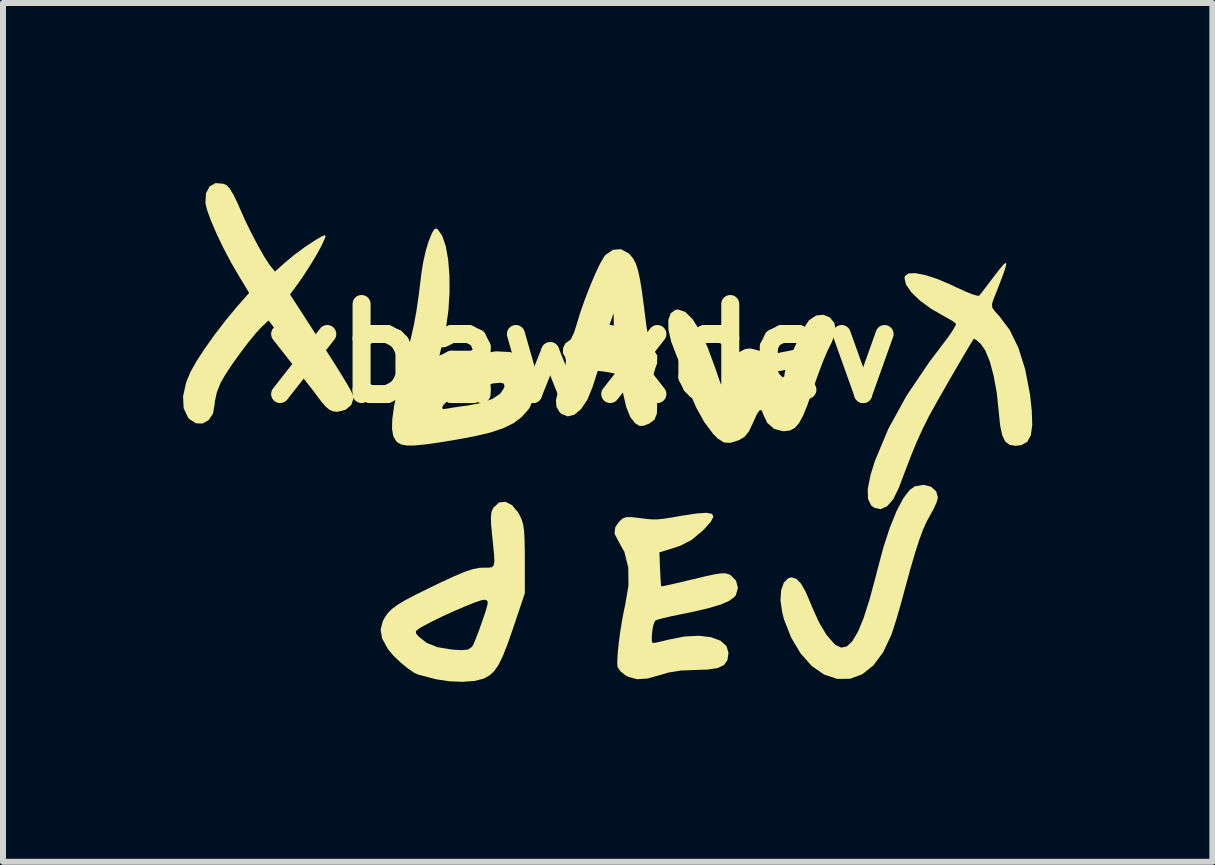
<source format=kicad_pcb>
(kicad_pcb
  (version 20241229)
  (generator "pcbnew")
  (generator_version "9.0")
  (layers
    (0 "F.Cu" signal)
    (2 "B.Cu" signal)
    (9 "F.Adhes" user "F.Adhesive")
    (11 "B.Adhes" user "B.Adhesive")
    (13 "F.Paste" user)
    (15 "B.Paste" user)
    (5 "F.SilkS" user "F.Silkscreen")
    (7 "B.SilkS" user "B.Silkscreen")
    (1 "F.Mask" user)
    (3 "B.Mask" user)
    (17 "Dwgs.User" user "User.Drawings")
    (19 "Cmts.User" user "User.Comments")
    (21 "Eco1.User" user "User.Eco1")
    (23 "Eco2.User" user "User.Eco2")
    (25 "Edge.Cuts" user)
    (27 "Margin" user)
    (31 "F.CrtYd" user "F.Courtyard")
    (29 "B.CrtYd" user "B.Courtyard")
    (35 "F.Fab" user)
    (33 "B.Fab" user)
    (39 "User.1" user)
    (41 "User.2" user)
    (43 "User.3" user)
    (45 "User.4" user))
  (footprint "xbawxdev"
    (layer "F.Cu")
    (at 6.653 2.837)
    (property "Reference" "xbawxdev" (at 0 0 0) (layer "F.SilkS") (effects (font (size 1.5 1.5) (thickness 0.3))))
    (attr board_only exclude_from_pos_files exclude_from_bom)
    (fp_poly (pts (xy 5.809 2.222) (xy 5.896 2.3) (xy 5.924 2.402) (xy 5.903 2.482) (xy 5.85 2.599) (xy 5.8 2.688) (xy 5.738 2.801) (xy 5.676 2.939) (xy 5.612 3.112) (xy 5.542 3.331) (xy 5.461 3.607) (xy 5.367 3.951) (xy 5.355 3.997) (xy 5.297 4.208) (xy 5.238 4.412) (xy 5.184 4.584) (xy 5.148 4.691) (xy 5.013 4.978) (xy 4.85 5.198) (xy 4.664 5.347) (xy 4.46 5.423) (xy 4.242 5.424) (xy 4.026 5.351) (xy 3.82 5.208) (xy 3.634 4.997) (xy 3.478 4.734) (xy 3.36 4.433) (xy 3.329 4.313) (xy 3.301 4.117) (xy 3.312 3.947) (xy 3.358 3.818) (xy 3.434 3.745) (xy 3.488 3.733) (xy 3.566 3.757) (xy 3.641 3.834) (xy 3.721 3.974) (xy 3.81 4.184) (xy 3.818 4.204) (xy 3.938 4.473) (xy 4.066 4.689) (xy 4.197 4.84) (xy 4.218 4.858) (xy 4.313 4.903) (xy 4.406 4.884) (xy 4.497 4.798) (xy 4.59 4.643) (xy 4.684 4.416) (xy 4.781 4.114) (xy 4.884 3.734) (xy 4.913 3.618) (xy 5.015 3.235) (xy 5.123 2.904) (xy 5.234 2.63) (xy 5.345 2.419) (xy 5.453 2.277) (xy 5.54 2.216) (xy 5.684 2.191)) (stroke (width 0) (type solid)) (fill yes) (layer "F.SilkS"))
    (fp_poly (pts (xy 1.714 -0.69) (xy 1.836 -0.57) (xy 1.961 -0.371) (xy 2.089 -0.094) (xy 2.219 0.259) (xy 2.231 0.294) (xy 2.288 0.461) (xy 2.339 0.597) (xy 2.377 0.685) (xy 2.393 0.709) (xy 2.413 0.683) (xy 2.435 0.596) (xy 2.452 0.487) (xy 2.489 0.249) (xy 2.541 0.083) (xy 2.614 -0.021) (xy 2.714 -0.072) (xy 2.799 -0.081) (xy 2.957 -0.042) (xy 3.102 0.068) (xy 3.208 0.221) (xy 3.283 0.346) (xy 3.336 0.401) (xy 3.364 0.384) (xy 3.368 0.346) (xy 3.385 0.268) (xy 3.432 0.14) (xy 3.499 -0.02) (xy 3.576 -0.189) (xy 3.655 -0.347) (xy 3.725 -0.475) (xy 3.777 -0.552) (xy 3.778 -0.553) (xy 3.894 -0.63) (xy 4.017 -0.643) (xy 4.126 -0.597) (xy 4.2 -0.502) (xy 4.22 -0.398) (xy 4.2 -0.301) (xy 4.151 -0.175) (xy 4.12 -0.115) (xy 4.07 -0.01) (xy 4.003 0.152) (xy 3.928 0.351) (xy 3.852 0.566) (xy 3.837 0.61) (xy 3.75 0.861) (xy 3.675 1.044) (xy 3.606 1.169) (xy 3.536 1.246) (xy 3.456 1.286) (xy 3.36 1.298) (xy 3.345 1.298) (xy 3.199 1.261) (xy 3.082 1.161) (xy 3.017 1.025) (xy 2.99 0.953) (xy 2.957 0.946) (xy 2.912 1.006) (xy 2.851 1.14) (xy 2.842 1.161) (xy 2.773 1.304) (xy 2.702 1.392) (xy 2.613 1.445) (xy 2.468 1.492) (xy 2.358 1.485) (xy 2.253 1.418) (xy 2.177 1.34) (xy 2.031 1.145) (xy 1.896 0.902) (xy 1.786 0.642) (xy 1.744 0.507) (xy 1.698 0.36) (xy 1.631 0.183) (xy 1.57 0.041) (xy 1.481 -0.192) (xy 1.434 -0.394) (xy 1.432 -0.556) (xy 1.472 -0.669) (xy 1.555 -0.726) (xy 1.597 -0.73)) (stroke (width 0) (type solid)) (fill yes) (layer "F.SilkS"))
    (fp_poly (pts (xy -2.41 -2.066) (xy -2.335 -1.959) (xy -2.276 -1.786) (xy -2.236 -1.562) (xy -2.215 -1.301) (xy -2.213 -1.017) (xy -2.231 -0.724) (xy -2.27 -0.436) (xy -2.325 -0.186) (xy -2.369 -0.017) (xy -2.4 0.121) (xy -2.416 0.21) (xy -2.416 0.235) (xy -2.373 0.229) (xy -2.273 0.198) (xy -2.134 0.149) (xy -2.062 0.121) (xy -1.727 0.013) (xy -1.44 -0.034) (xy -1.201 -0.021) (xy -1.013 0.053) (xy -0.877 0.188) (xy -0.839 0.255) (xy -0.773 0.479) (xy -0.786 0.699) (xy -0.878 0.905) (xy -0.903 0.94) (xy -1.013 1.063) (xy -1.147 1.164) (xy -1.318 1.248) (xy -1.537 1.321) (xy -1.816 1.386) (xy -2.098 1.438) (xy -2.396 1.487) (xy -2.626 1.519) (xy -2.798 1.536) (xy -2.922 1.536) (xy -3.01 1.521) (xy -3.071 1.491) (xy -3.104 1.461) (xy -3.15 1.38) (xy -3.171 1.262) (xy -3.167 1.099) (xy -3.142 0.916) (xy -2.339 0.916) (xy -2.31 0.929) (xy -2.245 0.919) (xy -2.138 0.901) (xy -1.992 0.88) (xy -1.911 0.87) (xy -1.683 0.826) (xy -1.498 0.758) (xy -1.368 0.672) (xy -1.303 0.575) (xy -1.298 0.539) (xy -1.313 0.502) (xy -1.369 0.49) (xy -1.482 0.501) (xy -1.629 0.533) (xy -1.8 0.588) (xy -1.974 0.656) (xy -2.132 0.73) (xy -2.253 0.801) (xy -2.316 0.859) (xy -2.317 0.86) (xy -2.339 0.916) (xy -3.142 0.916) (xy -3.138 0.885) (xy -3.082 0.613) (xy -2.999 0.276) (xy -2.916 -0.029) (xy -2.856 -0.257) (xy -2.807 -0.473) (xy -2.766 -0.699) (xy -2.728 -0.957) (xy -2.689 -1.271) (xy -2.684 -1.319) (xy -2.653 -1.514) (xy -2.608 -1.714) (xy -2.558 -1.877) (xy -2.557 -1.879) (xy -2.504 -2.007) (xy -2.465 -2.069) (xy -2.43 -2.079)) (stroke (width 0) (type solid)) (fill yes) (layer "F.SilkS"))
    (fp_poly (pts (xy 0.773 -1.665) (xy 0.79 -1.648) (xy 0.845 -1.582) (xy 0.889 -1.499) (xy 0.927 -1.384) (xy 0.961 -1.228) (xy 0.995 -1.016) (xy 1.032 -0.738) (xy 1.037 -0.69) (xy 1.068 -0.452) (xy 1.097 -0.283) (xy 1.125 -0.169) (xy 1.157 -0.099) (xy 1.181 -0.069) (xy 1.248 0.037) (xy 1.245 0.169) (xy 1.211 0.262) (xy 1.188 0.345) (xy 1.188 0.456) (xy 1.212 0.619) (xy 1.216 0.644) (xy 1.246 0.855) (xy 1.242 1.004) (xy 1.202 1.104) (xy 1.122 1.166) (xy 1.115 1.17) (xy 1.016 1.209) (xy 0.952 1.209) (xy 0.886 1.17) (xy 0.881 1.167) (xy 0.8 1.064) (xy 0.732 0.897) (xy 0.681 0.681) (xy 0.668 0.595) (xy 0.648 0.458) (xy 0.617 0.379) (xy 0.555 0.34) (xy 0.443 0.317) (xy 0.402 0.311) (xy 0.257 0.291) (xy 0.167 0.569) (xy 0.082 0.775) (xy -0.02 0.928) (xy -0.132 1.022) (xy -0.244 1.051) (xy -0.35 1.009) (xy -0.379 0.981) (xy -0.432 0.892) (xy -0.44 0.781) (xy -0.404 0.628) (xy -0.381 0.563) (xy -0.323 0.386) (xy -0.286 0.231) (xy -0.273 0.116) (xy -0.288 0.059) (xy -0.289 0.058) (xy -0.325 -0.005) (xy -0.32 -0.093) (xy -0.282 -0.168) (xy -0.248 -0.19) (xy -0.19 -0.236) (xy -0.137 -0.348) (xy -0.137 -0.349) (xy 0.422 -0.349) (xy 0.428 -0.248) (xy 0.474 -0.204) (xy 0.486 -0.203) (xy 0.509 -0.24) (xy 0.522 -0.34) (xy 0.524 -0.436) (xy 0.521 -0.669) (xy 0.46 -0.496) (xy 0.422 -0.349) (xy -0.137 -0.349) (xy -0.102 -0.46) (xy -0.038 -0.67) (xy 0.041 -0.896) (xy 0.128 -1.12) (xy 0.215 -1.325) (xy 0.295 -1.494) (xy 0.362 -1.61) (xy 0.385 -1.639) (xy 0.51 -1.726) (xy 0.643 -1.735)) (stroke (width 0) (type solid)) (fill yes) (layer "F.SilkS"))
    (fp_poly (pts (xy -5.981 -2.825) (xy -5.925 -2.8) (xy -5.876 -2.746) (xy -5.81 -2.636) (xy -5.74 -2.492) (xy -5.72 -2.445) (xy -5.63 -2.24) (xy -5.524 -2.023) (xy -5.414 -1.812) (xy -5.311 -1.628) (xy -5.223 -1.49) (xy -5.194 -1.452) (xy -5.122 -1.362) (xy -4.963 -1.505) (xy -4.805 -1.637) (xy -4.621 -1.772) (xy -4.445 -1.889) (xy -4.352 -1.943) (xy -4.289 -1.971) (xy -4.28 -1.946) (xy -4.297 -1.898) (xy -4.351 -1.783) (xy -4.438 -1.625) (xy -4.546 -1.448) (xy -4.659 -1.274) (xy -4.732 -1.17) (xy -4.871 -0.981) (xy -4.555 -0.493) (xy -4.353 -0.179) (xy -4.19 0.075) (xy -4.064 0.275) (xy -3.969 0.429) (xy -3.901 0.543) (xy -3.855 0.626) (xy -3.829 0.685) (xy -3.817 0.726) (xy -3.814 0.752) (xy -3.851 0.862) (xy -3.946 0.941) (xy -4.08 0.974) (xy -4.088 0.974) (xy -4.151 0.967) (xy -4.211 0.942) (xy -4.275 0.89) (xy -4.35 0.803) (xy -4.443 0.672) (xy -4.562 0.488) (xy -4.713 0.245) (xy -4.743 0.195) (xy -4.863 0.000267) (xy -4.974 -0.177) (xy -5.067 -0.322) (xy -5.132 -0.42) (xy -5.151 -0.446) (xy -5.229 -0.547) (xy -5.337 -0.446) (xy -5.438 -0.338) (xy -5.566 -0.182) (xy -5.705 0.001) (xy -5.839 0.189) (xy -5.952 0.361) (xy -6.027 0.49) (xy -6.09 0.649) (xy -6.124 0.805) (xy -6.127 0.851) (xy -6.154 1.004) (xy -6.227 1.113) (xy -6.327 1.17) (xy -6.44 1.166) (xy -6.55 1.094) (xy -6.57 1.07) (xy -6.643 0.914) (xy -6.653 0.716) (xy -6.602 0.487) (xy -6.53 0.311) (xy -6.432 0.136) (xy -6.291 -0.08) (xy -6.122 -0.317) (xy -5.937 -0.557) (xy -5.75 -0.783) (xy -5.719 -0.818) (xy -5.552 -1.007) (xy -5.72 -1.285) (xy -5.856 -1.518) (xy -5.984 -1.762) (xy -6.098 -2) (xy -6.19 -2.215) (xy -6.254 -2.392) (xy -6.28 -2.505) (xy -6.271 -2.667) (xy -6.211 -2.781) (xy -6.111 -2.837)) (stroke (width 0) (type solid)) (fill yes) (layer "F.SilkS"))
    (fp_poly (pts (xy -1.17 2.531) (xy -1.068 2.654) (xy -1.046 2.693) (xy -1.011 2.77) (xy -0.986 2.852) (xy -0.971 2.956) (xy -0.963 3.099) (xy -0.959 3.297) (xy -0.959 3.429) (xy -0.958 3.997) (xy -1.152 4.574) (xy -1.246 4.844) (xy -1.326 5.046) (xy -1.398 5.193) (xy -1.47 5.296) (xy -1.548 5.367) (xy -1.638 5.417) (xy -1.649 5.422) (xy -1.799 5.459) (xy -1.999 5.473) (xy -2.219 5.464) (xy -2.43 5.432) (xy -2.495 5.416) (xy -2.615 5.384) (xy -2.699 5.362) (xy -2.722 5.358) (xy -2.798 5.326) (xy -2.907 5.251) (xy -3.03 5.15) (xy -3.146 5.039) (xy -3.234 4.935) (xy -3.244 4.921) (xy -3.336 4.75) (xy -3.358 4.626) (xy -2.773 4.626) (xy -2.771 4.667) (xy -2.73 4.716) (xy -2.595 4.824) (xy -2.413 4.896) (xy -2.172 4.936) (xy -2.02 4.945) (xy -1.906 4.936) (xy -1.84 4.89) (xy -1.82 4.859) (xy -1.785 4.778) (xy -1.733 4.646) (xy -1.676 4.486) (xy -1.661 4.443) (xy -1.608 4.285) (xy -1.581 4.188) (xy -1.577 4.137) (xy -1.596 4.114) (xy -1.632 4.105) (xy -1.693 4.117) (xy -1.811 4.158) (xy -1.968 4.222) (xy -2.146 4.299) (xy -2.331 4.383) (xy -2.503 4.467) (xy -2.648 4.543) (xy -2.71 4.579) (xy -2.773 4.626) (xy -3.358 4.626) (xy -3.362 4.604) (xy -3.325 4.462) (xy -3.288 4.394) (xy -3.239 4.325) (xy -3.173 4.259) (xy -3.081 4.191) (xy -2.951 4.113) (xy -2.774 4.02) (xy -2.539 3.904) (xy -2.371 3.823) (xy -2.138 3.715) (xy -1.962 3.641) (xy -1.827 3.596) (xy -1.719 3.574) (xy -1.651 3.571) (xy -1.567 3.571) (xy -1.511 3.564) (xy -1.479 3.536) (xy -1.466 3.475) (xy -1.47 3.368) (xy -1.486 3.201) (xy -1.502 3.047) (xy -1.52 2.859) (xy -1.524 2.733) (xy -1.515 2.648) (xy -1.491 2.587) (xy -1.48 2.57) (xy -1.388 2.485) (xy -1.281 2.473)) (stroke (width 0) (type solid)) (fill yes) (layer "F.SilkS"))
    (fp_poly (pts (xy 2.161 2.675) (xy 2.184 2.723) (xy 2.141 2.805) (xy 2.036 2.923) (xy 1.991 2.967) (xy 1.818 3.11) (xy 1.637 3.204) (xy 1.537 3.238) (xy 1.284 3.316) (xy 1.295 3.595) (xy 1.301 3.735) (xy 1.308 3.839) (xy 1.313 3.883) (xy 1.313 3.883) (xy 1.354 3.877) (xy 1.458 3.855) (xy 1.611 3.82) (xy 1.799 3.775) (xy 1.843 3.765) (xy 2.059 3.713) (xy 2.21 3.681) (xy 2.314 3.666) (xy 2.385 3.666) (xy 2.438 3.681) (xy 2.471 3.697) (xy 2.56 3.787) (xy 2.592 3.907) (xy 2.559 4.026) (xy 2.534 4.059) (xy 2.447 4.124) (xy 2.302 4.187) (xy 2.091 4.249) (xy 1.809 4.314) (xy 1.661 4.344) (xy 1.485 4.38) (xy 1.34 4.414) (xy 1.243 4.441) (xy 1.213 4.455) (xy 1.187 4.514) (xy 1.167 4.611) (xy 1.157 4.715) (xy 1.158 4.798) (xy 1.174 4.828) (xy 1.232 4.819) (xy 1.342 4.794) (xy 1.447 4.768) (xy 1.708 4.717) (xy 1.945 4.706) (xy 2.146 4.73) (xy 2.302 4.788) (xy 2.401 4.878) (xy 2.435 4.99) (xy 2.418 5.11) (xy 2.361 5.193) (xy 2.254 5.244) (xy 2.086 5.269) (xy 1.906 5.275) (xy 1.645 5.285) (xy 1.434 5.319) (xy 1.309 5.356) (xy 1.088 5.418) (xy 0.914 5.43) (xy 0.769 5.392) (xy 0.72 5.366) (xy 0.634 5.297) (xy 0.586 5.228) (xy 0.581 5.15) (xy 0.588 5.012) (xy 0.605 4.835) (xy 0.631 4.638) (xy 0.663 4.442) (xy 0.697 4.265) (xy 0.711 4.206) (xy 0.768 3.872) (xy 0.765 3.571) (xy 0.701 3.312) (xy 0.6 3.129) (xy 0.536 3.006) (xy 0.548 2.897) (xy 0.614 2.803) (xy 0.672 2.751) (xy 0.736 2.728) (xy 0.834 2.73) (xy 0.928 2.741) (xy 1.06 2.758) (xy 1.159 2.767) (xy 1.25 2.767) (xy 1.355 2.756) (xy 1.498 2.734) (xy 1.668 2.704) (xy 1.906 2.668) (xy 2.069 2.657)) (stroke (width 0) (type solid)) (fill yes) (layer "F.SilkS"))
    (fp_poly (pts (xy 7.064 -1.488) (xy 7.043 -1.404) (xy 6.989 -1.255) (xy 6.905 -1.037) (xy 6.851 -0.903) (xy 6.825 -0.823) (xy 6.83 -0.762) (xy 6.877 -0.695) (xy 6.947 -0.619) (xy 7.12 -0.39) (xy 7.265 -0.092) (xy 7.378 0.267) (xy 7.458 0.68) (xy 7.488 0.958) (xy 7.496 1.196) (xy 7.472 1.366) (xy 7.412 1.475) (xy 7.313 1.53) (xy 7.219 1.541) (xy 7.12 1.526) (xy 7.047 1.471) (xy 6.996 1.367) (xy 6.961 1.203) (xy 6.937 0.968) (xy 6.937 0.964) (xy 6.904 0.653) (xy 6.852 0.371) (xy 6.787 0.131) (xy 6.711 -0.052) (xy 6.638 -0.156) (xy 6.568 -0.219) (xy 6.525 -0.243) (xy 6.521 -0.241) (xy 6.486 -0.186) (xy 6.419 -0.075) (xy 6.329 0.079) (xy 6.223 0.259) (xy 6.111 0.453) (xy 6.001 0.645) (xy 5.901 0.821) (xy 5.819 0.968) (xy 5.771 1.055) (xy 5.673 1.252) (xy 5.57 1.478) (xy 5.485 1.683) (xy 5.485 1.684) (xy 5.413 1.872) (xy 5.339 2.066) (xy 5.278 2.228) (xy 5.272 2.243) (xy 5.181 2.429) (xy 5.078 2.548) (xy 4.969 2.597) (xy 4.861 2.572) (xy 4.811 2.533) (xy 4.759 2.426) (xy 4.755 2.259) (xy 4.801 2.029) (xy 4.872 1.799) (xy 5.096 1.262) (xy 5.398 0.712) (xy 5.779 0.147) (xy 5.989 -0.13) (xy 6.094 -0.269) (xy 6.174 -0.387) (xy 6.219 -0.467) (xy 6.225 -0.493) (xy 6.178 -0.531) (xy 6.084 -0.587) (xy 6.033 -0.614) (xy 5.811 -0.742) (xy 5.624 -0.879) (xy 5.481 -1.017) (xy 5.393 -1.145) (xy 5.367 -1.255) (xy 5.374 -1.287) (xy 5.432 -1.331) (xy 5.549 -1.336) (xy 5.714 -1.304) (xy 5.916 -1.238) (xy 6.145 -1.141) (xy 6.202 -1.113) (xy 6.361 -1.039) (xy 6.494 -0.985) (xy 6.583 -0.959) (xy 6.611 -0.96) (xy 6.649 -1.007) (xy 6.721 -1.1) (xy 6.813 -1.222) (xy 6.831 -1.246) (xy 6.938 -1.385) (xy 7.012 -1.475) (xy 7.054 -1.51)) (stroke (width 0) (type solid)) (fill yes) (layer "F.SilkS")))
  (gr_rect
    (start -3 -3)
    (end 17.15 11.309)
    (stroke (width 0.1) (type default))
    (fill no)
    (layer "Edge.Cuts")))
</source>
